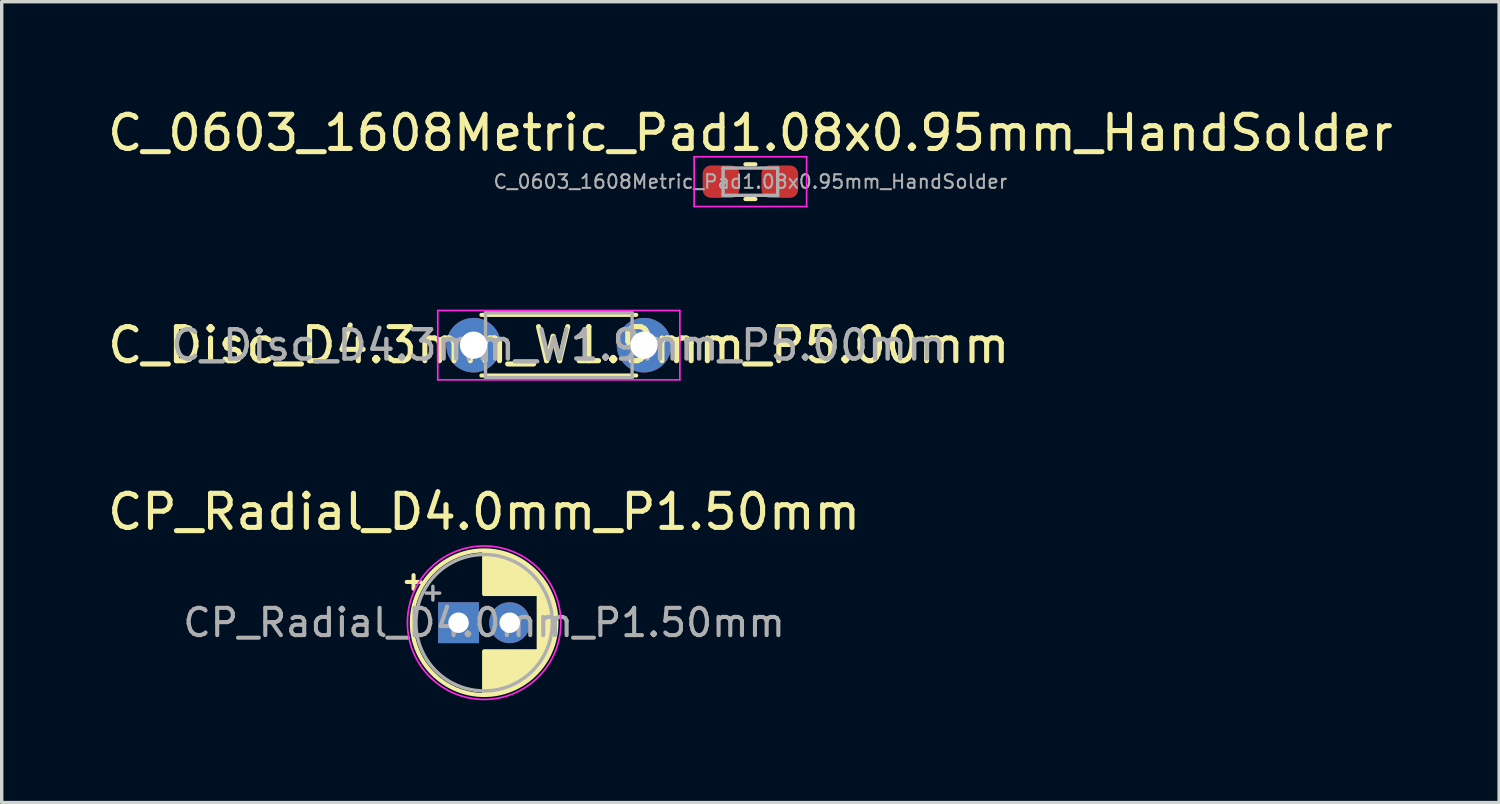
<source format=kicad_pcb>
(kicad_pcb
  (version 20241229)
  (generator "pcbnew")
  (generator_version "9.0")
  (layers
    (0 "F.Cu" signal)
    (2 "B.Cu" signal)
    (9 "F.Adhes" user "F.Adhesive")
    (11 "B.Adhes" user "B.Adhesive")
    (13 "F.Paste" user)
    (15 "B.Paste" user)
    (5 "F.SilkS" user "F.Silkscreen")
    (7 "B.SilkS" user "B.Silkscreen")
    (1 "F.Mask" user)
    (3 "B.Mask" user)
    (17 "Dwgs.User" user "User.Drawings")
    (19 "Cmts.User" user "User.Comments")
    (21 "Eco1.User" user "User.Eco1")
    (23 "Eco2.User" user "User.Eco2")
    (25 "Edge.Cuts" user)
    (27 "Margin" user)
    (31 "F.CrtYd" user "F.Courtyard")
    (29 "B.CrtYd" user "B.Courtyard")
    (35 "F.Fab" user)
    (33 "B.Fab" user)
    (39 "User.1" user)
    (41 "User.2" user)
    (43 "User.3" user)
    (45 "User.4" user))
  (footprint "C_0603_1608Metric_Pad1.08x0.95mm_HandSolder"
    (layer "F.Cu")
    (at 18.958 2.278)
    (property "Reference" "C_0603_1608Metric_Pad1.08x0.95mm_HandSolder" (at 0 -1.43 0) (layer "F.SilkS") (effects (font (size 1 1) (thickness 0.15))))
    (attr smd)
    (fp_line (start -0.146 -0.51) (end 0.146 -0.51) (stroke (width 0.12) (type solid)) (layer "F.SilkS"))
    (fp_line (start -0.146 0.51) (end 0.146 0.51) (stroke (width 0.12) (type solid)) (layer "F.SilkS"))
    (fp_line (start -1.65 -0.73) (end 1.65 -0.73) (stroke (width 0.05) (type solid)) (layer "F.CrtYd"))
    (fp_line (start -1.65 0.73) (end -1.65 -0.73) (stroke (width 0.05) (type solid)) (layer "F.CrtYd"))
    (fp_line (start 1.65 -0.73) (end 1.65 0.73) (stroke (width 0.05) (type solid)) (layer "F.CrtYd"))
    (fp_line (start 1.65 0.73) (end -1.65 0.73) (stroke (width 0.05) (type solid)) (layer "F.CrtYd"))
    (fp_line (start -0.8 -0.4) (end 0.8 -0.4) (stroke (width 0.1) (type solid)) (layer "F.Fab"))
    (fp_line (start -0.8 0.4) (end -0.8 -0.4) (stroke (width 0.1) (type solid)) (layer "F.Fab"))
    (fp_line (start 0.8 -0.4) (end 0.8 0.4) (stroke (width 0.1) (type solid)) (layer "F.Fab"))
    (fp_line (start 0.8 0.4) (end -0.8 0.4) (stroke (width 0.1) (type solid)) (layer "F.Fab"))
    (fp_text user "${REFERENCE}" (at 0 0 0) (layer "F.Fab") (effects (font (size 0.4 0.4) (thickness 0.06))))
    (pad "1" smd roundrect (at -0.863 0) (size 1.075 0.95) (layers "F.Cu" "F.Mask" "F.Paste") (roundrect_rratio 0.25))
    (pad "2" smd roundrect (at 0.863 0) (size 1.075 0.95) (layers "F.Cu" "F.Mask" "F.Paste") (roundrect_rratio 0.25)))
  (footprint "C_Disc_D4.3mm_W1.9mm_P5.00mm"
    (layer "F.Cu")
    (at 10.839 7.074)
    (property "Reference" "C_Disc_D4.3mm_W1.9mm_P5.00mm" (at 2.5 0 0) (layer "F.SilkS") (effects (font (size 1 1) (thickness 0.15))))
    (attr through_hole)
    (fp_line (start 0.23 -0.889) (end 4.77 -0.889) (stroke (width 0.12) (type solid)) (layer "F.SilkS"))
    (fp_line (start 0.23 0.889) (end 4.77 0.889) (stroke (width 0.12) (type solid)) (layer "F.SilkS"))
    (fp_line (start -1.05 -1.016) (end -1.05 1.016) (stroke (width 0.05) (type solid)) (layer "F.CrtYd"))
    (fp_line (start -1.05 1.016) (end 6.05 1.016) (stroke (width 0.05) (type solid)) (layer "F.CrtYd"))
    (fp_line (start 6.05 -1.016) (end -1.05 -1.016) (stroke (width 0.05) (type solid)) (layer "F.CrtYd"))
    (fp_line (start 6.05 1.016) (end 6.05 -1.016) (stroke (width 0.05) (type solid)) (layer "F.CrtYd"))
    (fp_line (start 0.35 -0.95) (end 0.35 0.95) (stroke (width 0.1) (type solid)) (layer "F.Fab"))
    (fp_line (start 0.35 0.95) (end 4.65 0.95) (stroke (width 0.1) (type solid)) (layer "F.Fab"))
    (fp_line (start 4.65 -0.95) (end 0.35 -0.95) (stroke (width 0.1) (type solid)) (layer "F.Fab"))
    (fp_line (start 4.65 0.95) (end 4.65 -0.95) (stroke (width 0.1) (type solid)) (layer "F.Fab"))
    (fp_text user "${REFERENCE}" (at 2.5 0 0) (layer "F.Fab") (effects (font (size 0.86 0.86) (thickness 0.129))))
    (pad "1" thru_hole circle (at 0 0) (size 1.6 1.6) (drill 0.8) (layers "*.Cu" "*.Mask"))
    (pad "2" thru_hole circle (at 5 0) (size 1.6 1.6) (drill 0.8) (layers "*.Cu" "*.Mask")))
  (footprint "CP_Radial_D4.0mm_P1.50mm"
    (layer "F.Cu")
    (at 10.399 15.213)
    (property "Reference" "CP_Radial_D4.0mm_P1.50mm" (at 0.75 -3.25 0) (layer "F.SilkS") (effects (font (size 1 1) (thickness 0.15))))
    (attr through_hole)
    (fp_line (start -1.52 -1.195) (end -1.12 -1.195) (stroke (width 0.12) (type solid)) (layer "F.SilkS"))
    (fp_line (start -1.32 -1.395) (end -1.32 -0.995) (stroke (width 0.12) (type solid)) (layer "F.SilkS"))
    (fp_line (start 0.75 -2.08) (end 0.75 -0.84) (stroke (width 0.12) (type solid)) (layer "F.SilkS"))
    (fp_line (start 0.75 0.84) (end 0.75 2.08) (stroke (width 0.12) (type solid)) (layer "F.SilkS"))
    (fp_line (start 0.79 -2.08) (end 0.79 -0.84) (stroke (width 0.12) (type solid)) (layer "F.SilkS"))
    (fp_line (start 0.79 0.84) (end 0.79 2.08) (stroke (width 0.12) (type solid)) (layer "F.SilkS"))
    (fp_line (start 0.83 -2.079) (end 0.83 -0.84) (stroke (width 0.12) (type solid)) (layer "F.SilkS"))
    (fp_line (start 0.83 0.84) (end 0.83 2.079) (stroke (width 0.12) (type solid)) (layer "F.SilkS"))
    (fp_line (start 0.87 -2.077) (end 0.87 -0.84) (stroke (width 0.12) (type solid)) (layer "F.SilkS"))
    (fp_line (start 0.87 0.84) (end 0.87 2.077) (stroke (width 0.12) (type solid)) (layer "F.SilkS"))
    (fp_line (start 0.91 -2.074) (end 0.91 -0.84) (stroke (width 0.12) (type solid)) (layer "F.SilkS"))
    (fp_line (start 0.91 0.84) (end 0.91 2.074) (stroke (width 0.12) (type solid)) (layer "F.SilkS"))
    (fp_line (start 0.95 -2.071) (end 0.95 -0.84) (stroke (width 0.12) (type solid)) (layer "F.SilkS"))
    (fp_line (start 0.95 0.84) (end 0.95 2.071) (stroke (width 0.12) (type solid)) (layer "F.SilkS"))
    (fp_line (start 0.99 -2.067) (end 0.99 -0.84) (stroke (width 0.12) (type solid)) (layer "F.SilkS"))
    (fp_line (start 0.99 0.84) (end 0.99 2.067) (stroke (width 0.12) (type solid)) (layer "F.SilkS"))
    (fp_line (start 1.03 -2.062) (end 1.03 -0.84) (stroke (width 0.12) (type solid)) (layer "F.SilkS"))
    (fp_line (start 1.03 0.84) (end 1.03 2.062) (stroke (width 0.12) (type solid)) (layer "F.SilkS"))
    (fp_line (start 1.07 -2.056) (end 1.07 -0.84) (stroke (width 0.12) (type solid)) (layer "F.SilkS"))
    (fp_line (start 1.07 0.84) (end 1.07 2.056) (stroke (width 0.12) (type solid)) (layer "F.SilkS"))
    (fp_line (start 1.11 -2.05) (end 1.11 -0.84) (stroke (width 0.12) (type solid)) (layer "F.SilkS"))
    (fp_line (start 1.11 0.84) (end 1.11 2.05) (stroke (width 0.12) (type solid)) (layer "F.SilkS"))
    (fp_line (start 1.15 -2.042) (end 1.15 -0.84) (stroke (width 0.12) (type solid)) (layer "F.SilkS"))
    (fp_line (start 1.15 0.84) (end 1.15 2.042) (stroke (width 0.12) (type solid)) (layer "F.SilkS"))
    (fp_line (start 1.19 -2.034) (end 1.19 -0.84) (stroke (width 0.12) (type solid)) (layer "F.SilkS"))
    (fp_line (start 1.19 0.84) (end 1.19 2.034) (stroke (width 0.12) (type solid)) (layer "F.SilkS"))
    (fp_line (start 1.23 -2.025) (end 1.23 -0.84) (stroke (width 0.12) (type solid)) (layer "F.SilkS"))
    (fp_line (start 1.23 0.84) (end 1.23 2.025) (stroke (width 0.12) (type solid)) (layer "F.SilkS"))
    (fp_line (start 1.27 -2.016) (end 1.27 -0.84) (stroke (width 0.12) (type solid)) (layer "F.SilkS"))
    (fp_line (start 1.27 0.84) (end 1.27 2.016) (stroke (width 0.12) (type solid)) (layer "F.SilkS"))
    (fp_line (start 1.31 -2.005) (end 1.31 -0.84) (stroke (width 0.12) (type solid)) (layer "F.SilkS"))
    (fp_line (start 1.31 0.84) (end 1.31 2.005) (stroke (width 0.12) (type solid)) (layer "F.SilkS"))
    (fp_line (start 1.35 -1.994) (end 1.35 -0.84) (stroke (width 0.12) (type solid)) (layer "F.SilkS"))
    (fp_line (start 1.35 0.84) (end 1.35 1.994) (stroke (width 0.12) (type solid)) (layer "F.SilkS"))
    (fp_line (start 1.39 -1.982) (end 1.39 -0.84) (stroke (width 0.12) (type solid)) (layer "F.SilkS"))
    (fp_line (start 1.39 0.84) (end 1.39 1.982) (stroke (width 0.12) (type solid)) (layer "F.SilkS"))
    (fp_line (start 1.43 -1.968) (end 1.43 -0.84) (stroke (width 0.12) (type solid)) (layer "F.SilkS"))
    (fp_line (start 1.43 0.84) (end 1.43 1.968) (stroke (width 0.12) (type solid)) (layer "F.SilkS"))
    (fp_line (start 1.471 -1.954) (end 1.471 -0.84) (stroke (width 0.12) (type solid)) (layer "F.SilkS"))
    (fp_line (start 1.471 0.84) (end 1.471 1.954) (stroke (width 0.12) (type solid)) (layer "F.SilkS"))
    (fp_line (start 1.511 -1.94) (end 1.511 -0.84) (stroke (width 0.12) (type solid)) (layer "F.SilkS"))
    (fp_line (start 1.511 0.84) (end 1.511 1.94) (stroke (width 0.12) (type solid)) (layer "F.SilkS"))
    (fp_line (start 1.551 -1.924) (end 1.551 -0.84) (stroke (width 0.12) (type solid)) (layer "F.SilkS"))
    (fp_line (start 1.551 0.84) (end 1.551 1.924) (stroke (width 0.12) (type solid)) (layer "F.SilkS"))
    (fp_line (start 1.591 -1.907) (end 1.591 -0.84) (stroke (width 0.12) (type solid)) (layer "F.SilkS"))
    (fp_line (start 1.591 0.84) (end 1.591 1.907) (stroke (width 0.12) (type solid)) (layer "F.SilkS"))
    (fp_line (start 1.631 -1.889) (end 1.631 -0.84) (stroke (width 0.12) (type solid)) (layer "F.SilkS"))
    (fp_line (start 1.631 0.84) (end 1.631 1.889) (stroke (width 0.12) (type solid)) (layer "F.SilkS"))
    (fp_line (start 1.671 -1.87) (end 1.671 -0.84) (stroke (width 0.12) (type solid)) (layer "F.SilkS"))
    (fp_line (start 1.671 0.84) (end 1.671 1.87) (stroke (width 0.12) (type solid)) (layer "F.SilkS"))
    (fp_line (start 1.711 -1.851) (end 1.711 -0.84) (stroke (width 0.12) (type solid)) (layer "F.SilkS"))
    (fp_line (start 1.711 0.84) (end 1.711 1.851) (stroke (width 0.12) (type solid)) (layer "F.SilkS"))
    (fp_line (start 1.751 -1.83) (end 1.751 -0.84) (stroke (width 0.12) (type solid)) (layer "F.SilkS"))
    (fp_line (start 1.751 0.84) (end 1.751 1.83) (stroke (width 0.12) (type solid)) (layer "F.SilkS"))
    (fp_line (start 1.791 -1.808) (end 1.791 -0.84) (stroke (width 0.12) (type solid)) (layer "F.SilkS"))
    (fp_line (start 1.791 0.84) (end 1.791 1.808) (stroke (width 0.12) (type solid)) (layer "F.SilkS"))
    (fp_line (start 1.831 -1.785) (end 1.831 -0.84) (stroke (width 0.12) (type solid)) (layer "F.SilkS"))
    (fp_line (start 1.831 0.84) (end 1.831 1.785) (stroke (width 0.12) (type solid)) (layer "F.SilkS"))
    (fp_line (start 1.871 -1.76) (end 1.871 -0.84) (stroke (width 0.12) (type solid)) (layer "F.SilkS"))
    (fp_line (start 1.871 0.84) (end 1.871 1.76) (stroke (width 0.12) (type solid)) (layer "F.SilkS"))
    (fp_line (start 1.911 -1.735) (end 1.911 -0.84) (stroke (width 0.12) (type solid)) (layer "F.SilkS"))
    (fp_line (start 1.911 0.84) (end 1.911 1.735) (stroke (width 0.12) (type solid)) (layer "F.SilkS"))
    (fp_line (start 1.951 -1.708) (end 1.951 -0.84) (stroke (width 0.12) (type solid)) (layer "F.SilkS"))
    (fp_line (start 1.951 0.84) (end 1.951 1.708) (stroke (width 0.12) (type solid)) (layer "F.SilkS"))
    (fp_line (start 1.991 -1.68) (end 1.991 -0.84) (stroke (width 0.12) (type solid)) (layer "F.SilkS"))
    (fp_line (start 1.991 0.84) (end 1.991 1.68) (stroke (width 0.12) (type solid)) (layer "F.SilkS"))
    (fp_line (start 2.031 -1.65) (end 2.031 -0.84) (stroke (width 0.12) (type solid)) (layer "F.SilkS"))
    (fp_line (start 2.031 0.84) (end 2.031 1.65) (stroke (width 0.12) (type solid)) (layer "F.SilkS"))
    (fp_line (start 2.071 -1.619) (end 2.071 -0.84) (stroke (width 0.12) (type solid)) (layer "F.SilkS"))
    (fp_line (start 2.071 0.84) (end 2.071 1.619) (stroke (width 0.12) (type solid)) (layer "F.SilkS"))
    (fp_line (start 2.111 -1.587) (end 2.111 -0.84) (stroke (width 0.12) (type solid)) (layer "F.SilkS"))
    (fp_line (start 2.111 0.84) (end 2.111 1.587) (stroke (width 0.12) (type solid)) (layer "F.SilkS"))
    (fp_line (start 2.151 -1.552) (end 2.151 -0.84) (stroke (width 0.12) (type solid)) (layer "F.SilkS"))
    (fp_line (start 2.151 0.84) (end 2.151 1.552) (stroke (width 0.12) (type solid)) (layer "F.SilkS"))
    (fp_line (start 2.191 -1.516) (end 2.191 -0.84) (stroke (width 0.12) (type solid)) (layer "F.SilkS"))
    (fp_line (start 2.191 0.84) (end 2.191 1.516) (stroke (width 0.12) (type solid)) (layer "F.SilkS"))
    (fp_line (start 2.231 -1.478) (end 2.231 -0.84) (stroke (width 0.12) (type solid)) (layer "F.SilkS"))
    (fp_line (start 2.231 0.84) (end 2.231 1.478) (stroke (width 0.12) (type solid)) (layer "F.SilkS"))
    (fp_line (start 2.271 -1.438) (end 2.271 -0.84) (stroke (width 0.12) (type solid)) (layer "F.SilkS"))
    (fp_line (start 2.271 0.84) (end 2.271 1.438) (stroke (width 0.12) (type solid)) (layer "F.SilkS"))
    (fp_line (start 2.311 -1.396) (end 2.311 -0.84) (stroke (width 0.12) (type solid)) (layer "F.SilkS"))
    (fp_line (start 2.311 0.84) (end 2.311 1.396) (stroke (width 0.12) (type solid)) (layer "F.SilkS"))
    (fp_line (start 2.351 -1.351) (end 2.351 1.351) (stroke (width 0.12) (type solid)) (layer "F.SilkS"))
    (fp_line (start 2.391 -1.304) (end 2.391 1.304) (stroke (width 0.12) (type solid)) (layer "F.SilkS"))
    (fp_line (start 2.431 -1.254) (end 2.431 1.254) (stroke (width 0.12) (type solid)) (layer "F.SilkS"))
    (fp_line (start 2.471 -1.2) (end 2.471 1.2) (stroke (width 0.12) (type solid)) (layer "F.SilkS"))
    (fp_line (start 2.511 -1.142) (end 2.511 1.142) (stroke (width 0.12) (type solid)) (layer "F.SilkS"))
    (fp_line (start 2.551 -1.08) (end 2.551 1.08) (stroke (width 0.12) (type solid)) (layer "F.SilkS"))
    (fp_line (start 2.591 -1.013) (end 2.591 1.013) (stroke (width 0.12) (type solid)) (layer "F.SilkS"))
    (fp_line (start 2.631 -0.94) (end 2.631 0.94) (stroke (width 0.12) (type solid)) (layer "F.SilkS"))
    (fp_line (start 2.671 -0.859) (end 2.671 0.859) (stroke (width 0.12) (type solid)) (layer "F.SilkS"))
    (fp_line (start 2.711 -0.768) (end 2.711 0.768) (stroke (width 0.12) (type solid)) (layer "F.SilkS"))
    (fp_line (start 2.751 -0.664) (end 2.751 0.664) (stroke (width 0.12) (type solid)) (layer "F.SilkS"))
    (fp_line (start 2.791 -0.537) (end 2.791 0.537) (stroke (width 0.12) (type solid)) (layer "F.SilkS"))
    (fp_line (start 2.831 -0.37) (end 2.831 0.37) (stroke (width 0.12) (type solid)) (layer "F.SilkS"))
    (fp_circle (center 0.75 0) (end 2.87 0) (stroke (width 0.12) (type solid)) (fill no) (layer "F.SilkS"))
    (fp_circle (center 0.75 0) (end 3 0) (stroke (width 0.05) (type solid)) (fill no) (layer "F.CrtYd"))
    (fp_line (start -0.953 -0.868) (end -0.553 -0.868) (stroke (width 0.1) (type solid)) (layer "F.Fab"))
    (fp_line (start -0.753 -1.067) (end -0.753 -0.667) (stroke (width 0.1) (type solid)) (layer "F.Fab"))
    (fp_circle (center 0.75 0) (end 2.75 0) (stroke (width 0.1) (type solid)) (fill no) (layer "F.Fab"))
    (fp_text user "${REFERENCE}" (at 0.75 0 0) (layer "F.Fab") (effects (font (size 0.8 0.8) (thickness 0.12))))
    (pad "1" thru_hole rect (at 0 0) (size 1.2 1.2) (drill 0.6) (layers "*.Cu" "*.Mask"))
    (pad "2" thru_hole circle (at 1.5 0) (size 1.2 1.2) (drill 0.6) (layers "*.Cu" "*.Mask")))
  (gr_rect
    (start -3 -3)
    (end 40.917 20.488)
    (stroke (width 0.1) (type default))
    (fill no)
    (layer "Edge.Cuts")))
</source>
